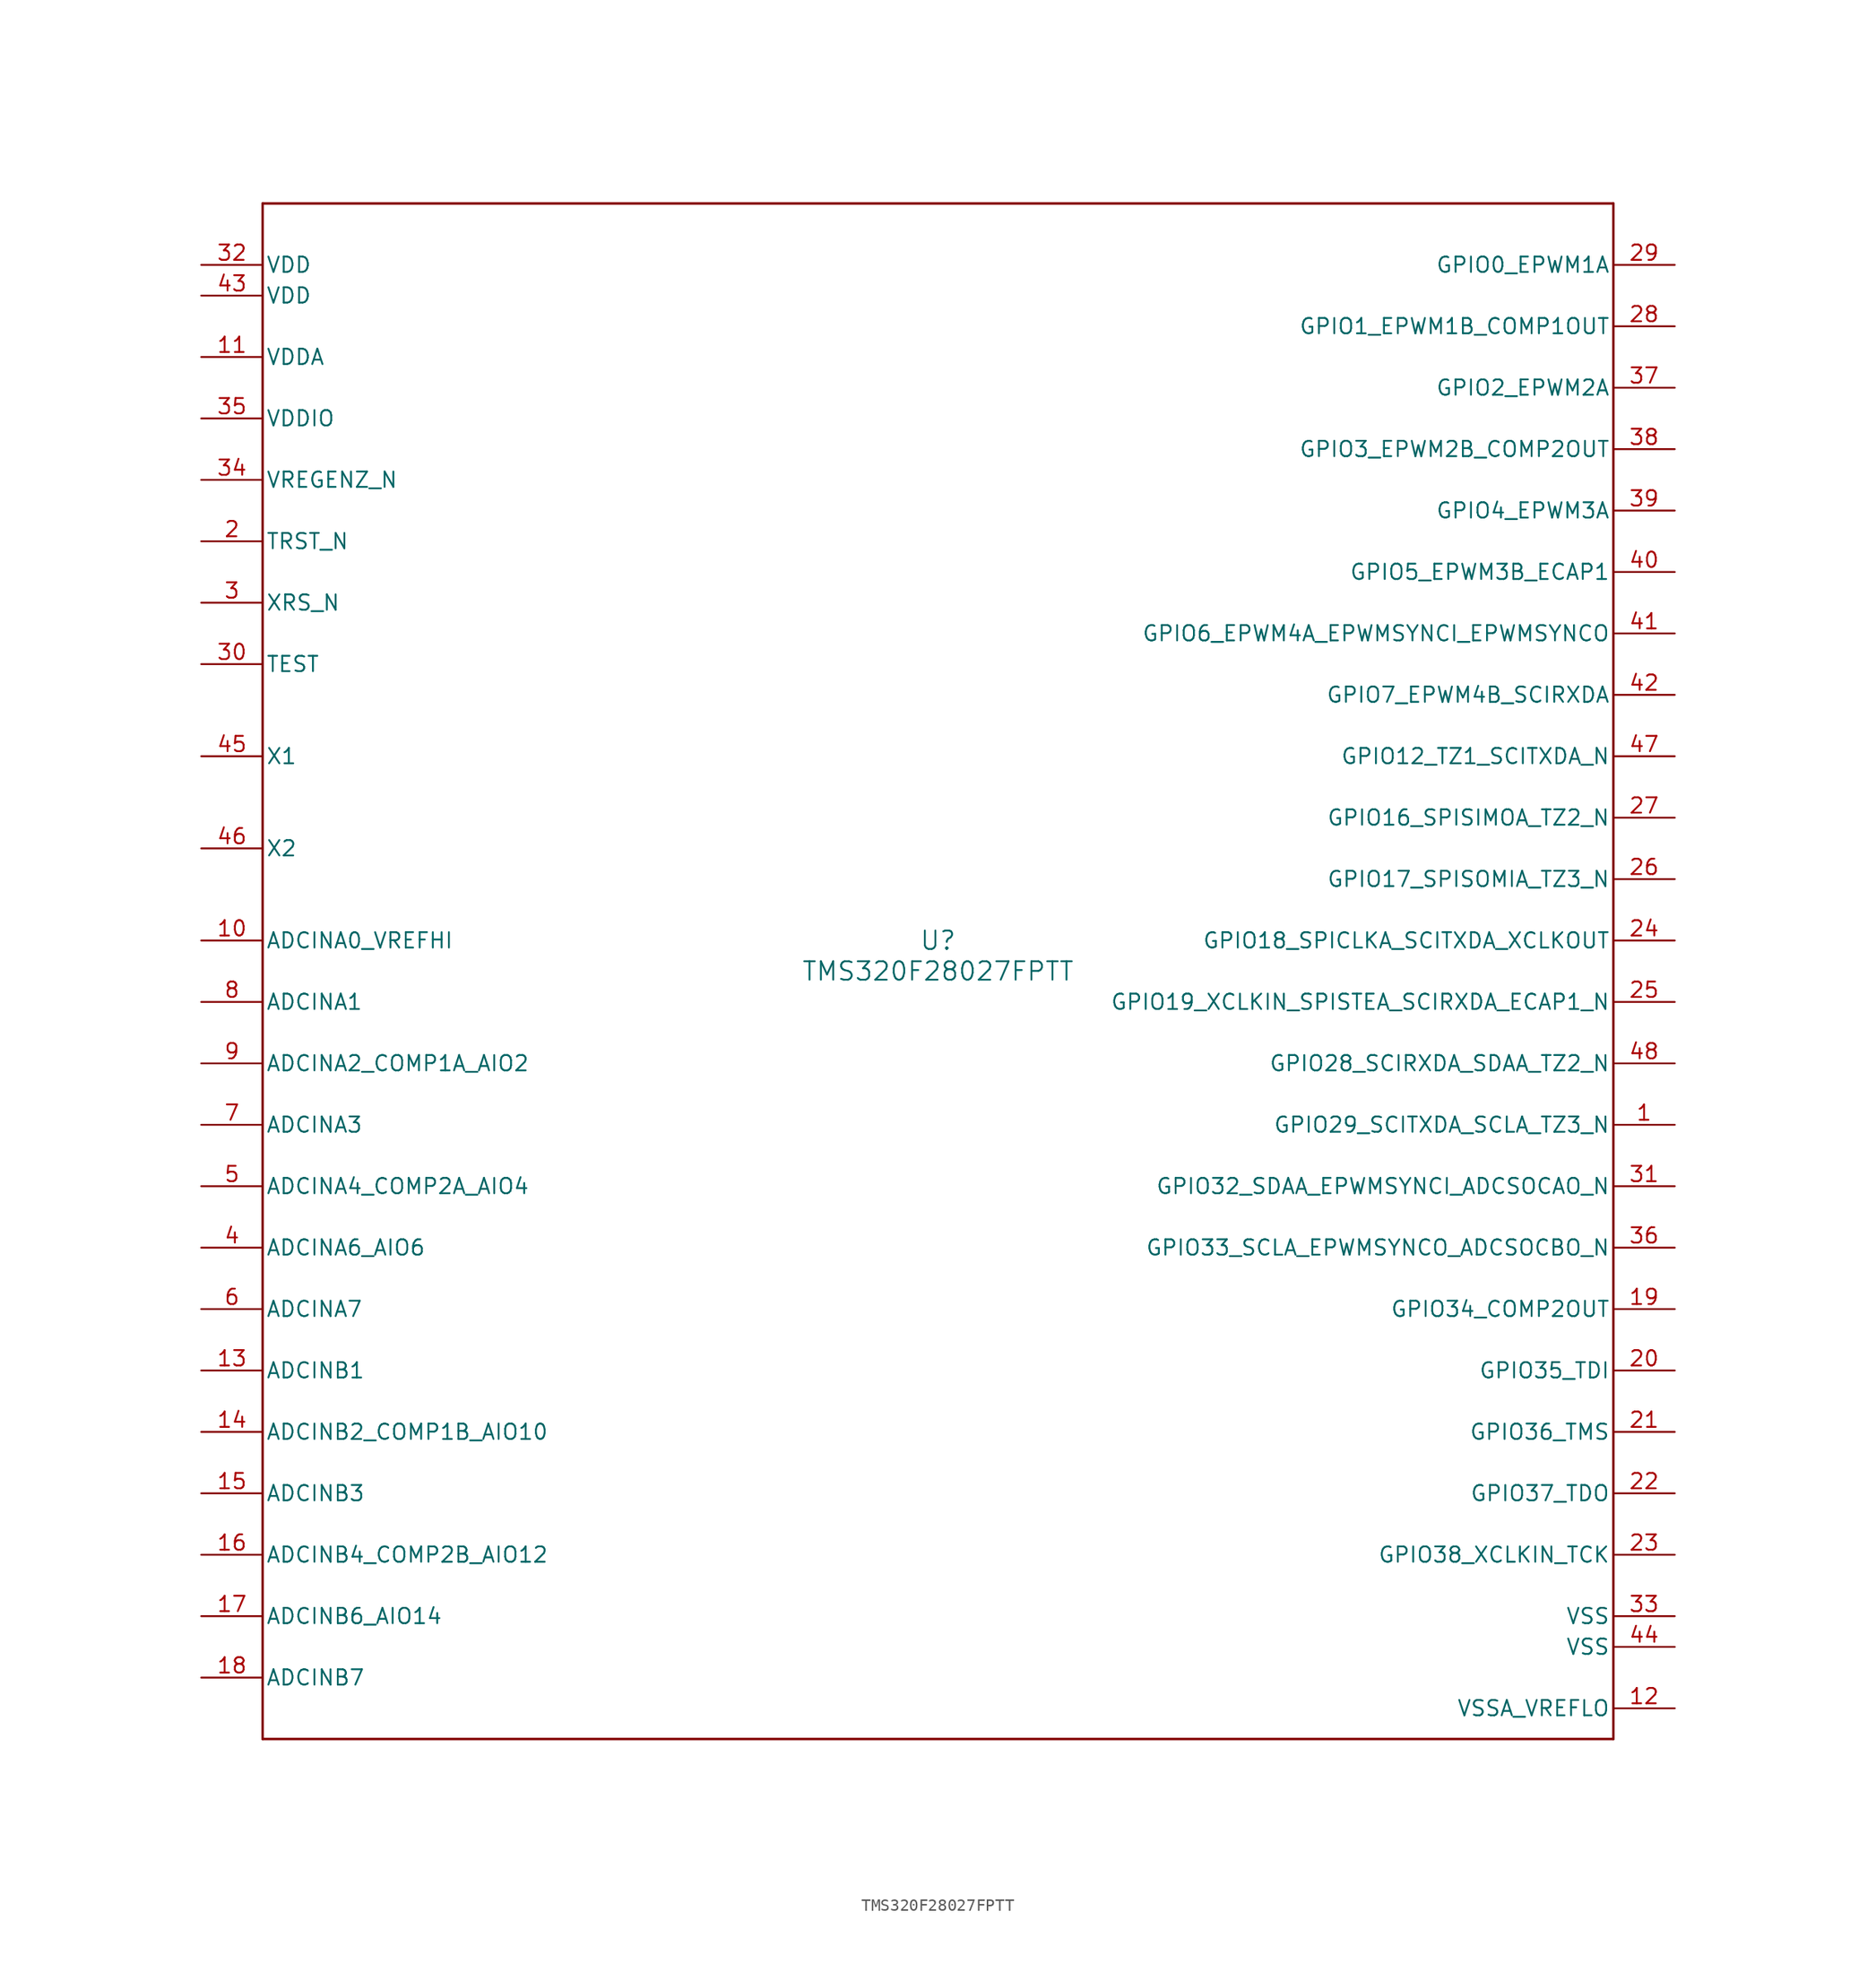
<source format=kicad_sym>
(kicad_symbol_lib
  (version 20231120)
  (generator "kicad_symbol_editor")
  (generator_version "8.0")
  (symbol "TMS320F28027FPTT"
    (pin_names
      (offset 0.254))
    (property "Reference" "U"
      (at 0 2.54 0)
      (effects (font (size 1.524 1.524))))
    (property "Value" "TMS320F28027FPTT"
      (at 0 0 0)
      (effects (font (size 1.524 1.524))))
    (property "ki_locked" ""
      (at 0 0 0)
      (effects (font (size 1.27 1.27))))
    (symbol "TMS320F28027FPTT_0_1"
      (polyline (pts (xy -55.88 -63.5) (xy 55.88 -63.5)) (stroke (width 0.203) (type default)) (fill (type none)))
      (polyline (pts (xy -55.88 63.5) (xy -55.88 -63.5)) (stroke (width 0.203) (type default)) (fill (type none)))
      (polyline (pts (xy 55.88 -63.5) (xy 55.88 63.5)) (stroke (width 0.203) (type default)) (fill (type none)))
      (polyline (pts (xy 55.88 63.5) (xy -55.88 63.5)) (stroke (width 0.203) (type default)) (fill (type none)))
      (pin bidirectional line (at 60.96 -12.7 180) (length 5.08) (name "GPIO29_SCITXDA_SCLA_TZ3_N" (effects (font (size 1.27 1.27)))) (number "1" (effects (font (size 1.27 1.27)))))
      (pin bidirectional line (at -60.96 2.54 0) (length 5.08) (name "ADCINA0_VREFHI" (effects (font (size 1.27 1.27)))) (number "10" (effects (font (size 1.27 1.27)))))
      (pin power_in line (at -60.96 50.8 0) (length 5.08) (name "VDDA" (effects (font (size 1.27 1.27)))) (number "11" (effects (font (size 1.27 1.27)))))
      (pin power_in line (at 60.96 -60.96 180) (length 5.08) (name "VSSA_VREFLO" (effects (font (size 1.27 1.27)))) (number "12" (effects (font (size 1.27 1.27)))))
      (pin bidirectional line (at -60.96 -33.02 0) (length 5.08) (name "ADCINB1" (effects (font (size 1.27 1.27)))) (number "13" (effects (font (size 1.27 1.27)))))
      (pin bidirectional line (at -60.96 -38.1 0) (length 5.08) (name "ADCINB2_COMP1B_AIO10" (effects (font (size 1.27 1.27)))) (number "14" (effects (font (size 1.27 1.27)))))
      (pin bidirectional line (at -60.96 -43.18 0) (length 5.08) (name "ADCINB3" (effects (font (size 1.27 1.27)))) (number "15" (effects (font (size 1.27 1.27)))))
      (pin bidirectional line (at -60.96 -48.26 0) (length 5.08) (name "ADCINB4_COMP2B_AIO12" (effects (font (size 1.27 1.27)))) (number "16" (effects (font (size 1.27 1.27)))))
      (pin bidirectional line (at -60.96 -53.34 0) (length 5.08) (name "ADCINB6_AIO14" (effects (font (size 1.27 1.27)))) (number "17" (effects (font (size 1.27 1.27)))))
      (pin bidirectional line (at -60.96 -58.42 0) (length 5.08) (name "ADCINB7" (effects (font (size 1.27 1.27)))) (number "18" (effects (font (size 1.27 1.27)))))
      (pin bidirectional line (at 60.96 -27.94 180) (length 5.08) (name "GPIO34_COMP2OUT" (effects (font (size 1.27 1.27)))) (number "19" (effects (font (size 1.27 1.27)))))
      (pin input line (at -60.96 35.56 0) (length 5.08) (name "TRST_N" (effects (font (size 1.27 1.27)))) (number "2" (effects (font (size 1.27 1.27)))))
      (pin bidirectional line (at 60.96 -33.02 180) (length 5.08) (name "GPIO35_TDI" (effects (font (size 1.27 1.27)))) (number "20" (effects (font (size 1.27 1.27)))))
      (pin bidirectional line (at 60.96 -38.1 180) (length 5.08) (name "GPIO36_TMS" (effects (font (size 1.27 1.27)))) (number "21" (effects (font (size 1.27 1.27)))))
      (pin bidirectional line (at 60.96 -43.18 180) (length 5.08) (name "GPIO37_TDO" (effects (font (size 1.27 1.27)))) (number "22" (effects (font (size 1.27 1.27)))))
      (pin bidirectional line (at 60.96 -48.26 180) (length 5.08) (name "GPIO38_XCLKIN_TCK" (effects (font (size 1.27 1.27)))) (number "23" (effects (font (size 1.27 1.27)))))
      (pin bidirectional line (at 60.96 2.54 180) (length 5.08) (name "GPIO18_SPICLKA_SCITXDA_XCLKOUT" (effects (font (size 1.27 1.27)))) (number "24" (effects (font (size 1.27 1.27)))))
      (pin bidirectional line (at 60.96 -2.54 180) (length 5.08) (name "GPIO19_XCLKIN_SPISTEA_SCIRXDA_ECAP1_N" (effects (font (size 1.27 1.27)))) (number "25" (effects (font (size 1.27 1.27)))))
      (pin bidirectional line (at 60.96 7.62 180) (length 5.08) (name "GPIO17_SPISOMIA_TZ3_N" (effects (font (size 1.27 1.27)))) (number "26" (effects (font (size 1.27 1.27)))))
      (pin bidirectional line (at 60.96 12.7 180) (length 5.08) (name "GPIO16_SPISIMOA_TZ2_N" (effects (font (size 1.27 1.27)))) (number "27" (effects (font (size 1.27 1.27)))))
      (pin bidirectional line (at 60.96 53.34 180) (length 5.08) (name "GPIO1_EPWM1B_COMP1OUT" (effects (font (size 1.27 1.27)))) (number "28" (effects (font (size 1.27 1.27)))))
      (pin bidirectional line (at 60.96 58.42 180) (length 5.08) (name "GPIO0_EPWM1A" (effects (font (size 1.27 1.27)))) (number "29" (effects (font (size 1.27 1.27)))))
      (pin bidirectional line (at -60.96 30.48 0) (length 5.08) (name "XRS_N" (effects (font (size 1.27 1.27)))) (number "3" (effects (font (size 1.27 1.27)))))
      (pin input line (at -60.96 25.4 0) (length 5.08) (name "TEST" (effects (font (size 1.27 1.27)))) (number "30" (effects (font (size 1.27 1.27)))))
      (pin bidirectional line (at 60.96 -17.78 180) (length 5.08) (name "GPIO32_SDAA_EPWMSYNCI_ADCSOCAO_N" (effects (font (size 1.27 1.27)))) (number "31" (effects (font (size 1.27 1.27)))))
      (pin power_in line (at -60.96 58.42 0) (length 5.08) (name "VDD" (effects (font (size 1.27 1.27)))) (number "32" (effects (font (size 1.27 1.27)))))
      (pin power_in line (at 60.96 -53.34 180) (length 5.08) (name "VSS" (effects (font (size 1.27 1.27)))) (number "33" (effects (font (size 1.27 1.27)))))
      (pin input line (at -60.96 40.64 0) (length 5.08) (name "VREGENZ_N" (effects (font (size 1.27 1.27)))) (number "34" (effects (font (size 1.27 1.27)))))
      (pin power_in line (at -60.96 45.72 0) (length 5.08) (name "VDDIO" (effects (font (size 1.27 1.27)))) (number "35" (effects (font (size 1.27 1.27)))))
      (pin bidirectional line (at 60.96 -22.86 180) (length 5.08) (name "GPIO33_SCLA_EPWMSYNCO_ADCSOCBO_N" (effects (font (size 1.27 1.27)))) (number "36" (effects (font (size 1.27 1.27)))))
      (pin bidirectional line (at 60.96 48.26 180) (length 5.08) (name "GPIO2_EPWM2A" (effects (font (size 1.27 1.27)))) (number "37" (effects (font (size 1.27 1.27)))))
      (pin bidirectional line (at 60.96 43.18 180) (length 5.08) (name "GPIO3_EPWM2B_COMP2OUT" (effects (font (size 1.27 1.27)))) (number "38" (effects (font (size 1.27 1.27)))))
      (pin bidirectional line (at 60.96 38.1 180) (length 5.08) (name "GPIO4_EPWM3A" (effects (font (size 1.27 1.27)))) (number "39" (effects (font (size 1.27 1.27)))))
      (pin bidirectional line (at -60.96 -22.86 0) (length 5.08) (name "ADCINA6_AIO6" (effects (font (size 1.27 1.27)))) (number "4" (effects (font (size 1.27 1.27)))))
      (pin bidirectional line (at 60.96 33.02 180) (length 5.08) (name "GPIO5_EPWM3B_ECAP1" (effects (font (size 1.27 1.27)))) (number "40" (effects (font (size 1.27 1.27)))))
      (pin bidirectional line (at 60.96 27.94 180) (length 5.08) (name "GPIO6_EPWM4A_EPWMSYNCI_EPWMSYNCO" (effects (font (size 1.27 1.27)))) (number "41" (effects (font (size 1.27 1.27)))))
      (pin bidirectional line (at 60.96 22.86 180) (length 5.08) (name "GPIO7_EPWM4B_SCIRXDA" (effects (font (size 1.27 1.27)))) (number "42" (effects (font (size 1.27 1.27)))))
      (pin power_in line (at -60.96 55.88 0) (length 5.08) (name "VDD" (effects (font (size 1.27 1.27)))) (number "43" (effects (font (size 1.27 1.27)))))
      (pin power_in line (at 60.96 -55.88 180) (length 5.08) (name "VSS" (effects (font (size 1.27 1.27)))) (number "44" (effects (font (size 1.27 1.27)))))
      (pin unspecified line (at -60.96 17.78 0) (length 5.08) (name "X1" (effects (font (size 1.27 1.27)))) (number "45" (effects (font (size 1.27 1.27)))))
      (pin unspecified line (at -60.96 10.16 0) (length 5.08) (name "X2" (effects (font (size 1.27 1.27)))) (number "46" (effects (font (size 1.27 1.27)))))
      (pin bidirectional line (at 60.96 17.78 180) (length 5.08) (name "GPIO12_TZ1_SCITXDA_N" (effects (font (size 1.27 1.27)))) (number "47" (effects (font (size 1.27 1.27)))))
      (pin bidirectional line (at 60.96 -7.62 180) (length 5.08) (name "GPIO28_SCIRXDA_SDAA_TZ2_N" (effects (font (size 1.27 1.27)))) (number "48" (effects (font (size 1.27 1.27)))))
      (pin bidirectional line (at -60.96 -17.78 0) (length 5.08) (name "ADCINA4_COMP2A_AIO4" (effects (font (size 1.27 1.27)))) (number "5" (effects (font (size 1.27 1.27)))))
      (pin bidirectional line (at -60.96 -27.94 0) (length 5.08) (name "ADCINA7" (effects (font (size 1.27 1.27)))) (number "6" (effects (font (size 1.27 1.27)))))
      (pin bidirectional line (at -60.96 -12.7 0) (length 5.08) (name "ADCINA3" (effects (font (size 1.27 1.27)))) (number "7" (effects (font (size 1.27 1.27)))))
      (pin bidirectional line (at -60.96 -2.54 0) (length 5.08) (name "ADCINA1" (effects (font (size 1.27 1.27)))) (number "8" (effects (font (size 1.27 1.27)))))
      (pin bidirectional line (at -60.96 -7.62 0) (length 5.08) (name "ADCINA2_COMP1A_AIO2" (effects (font (size 1.27 1.27)))) (number "9" (effects (font (size 1.27 1.27))))))))
</source>
